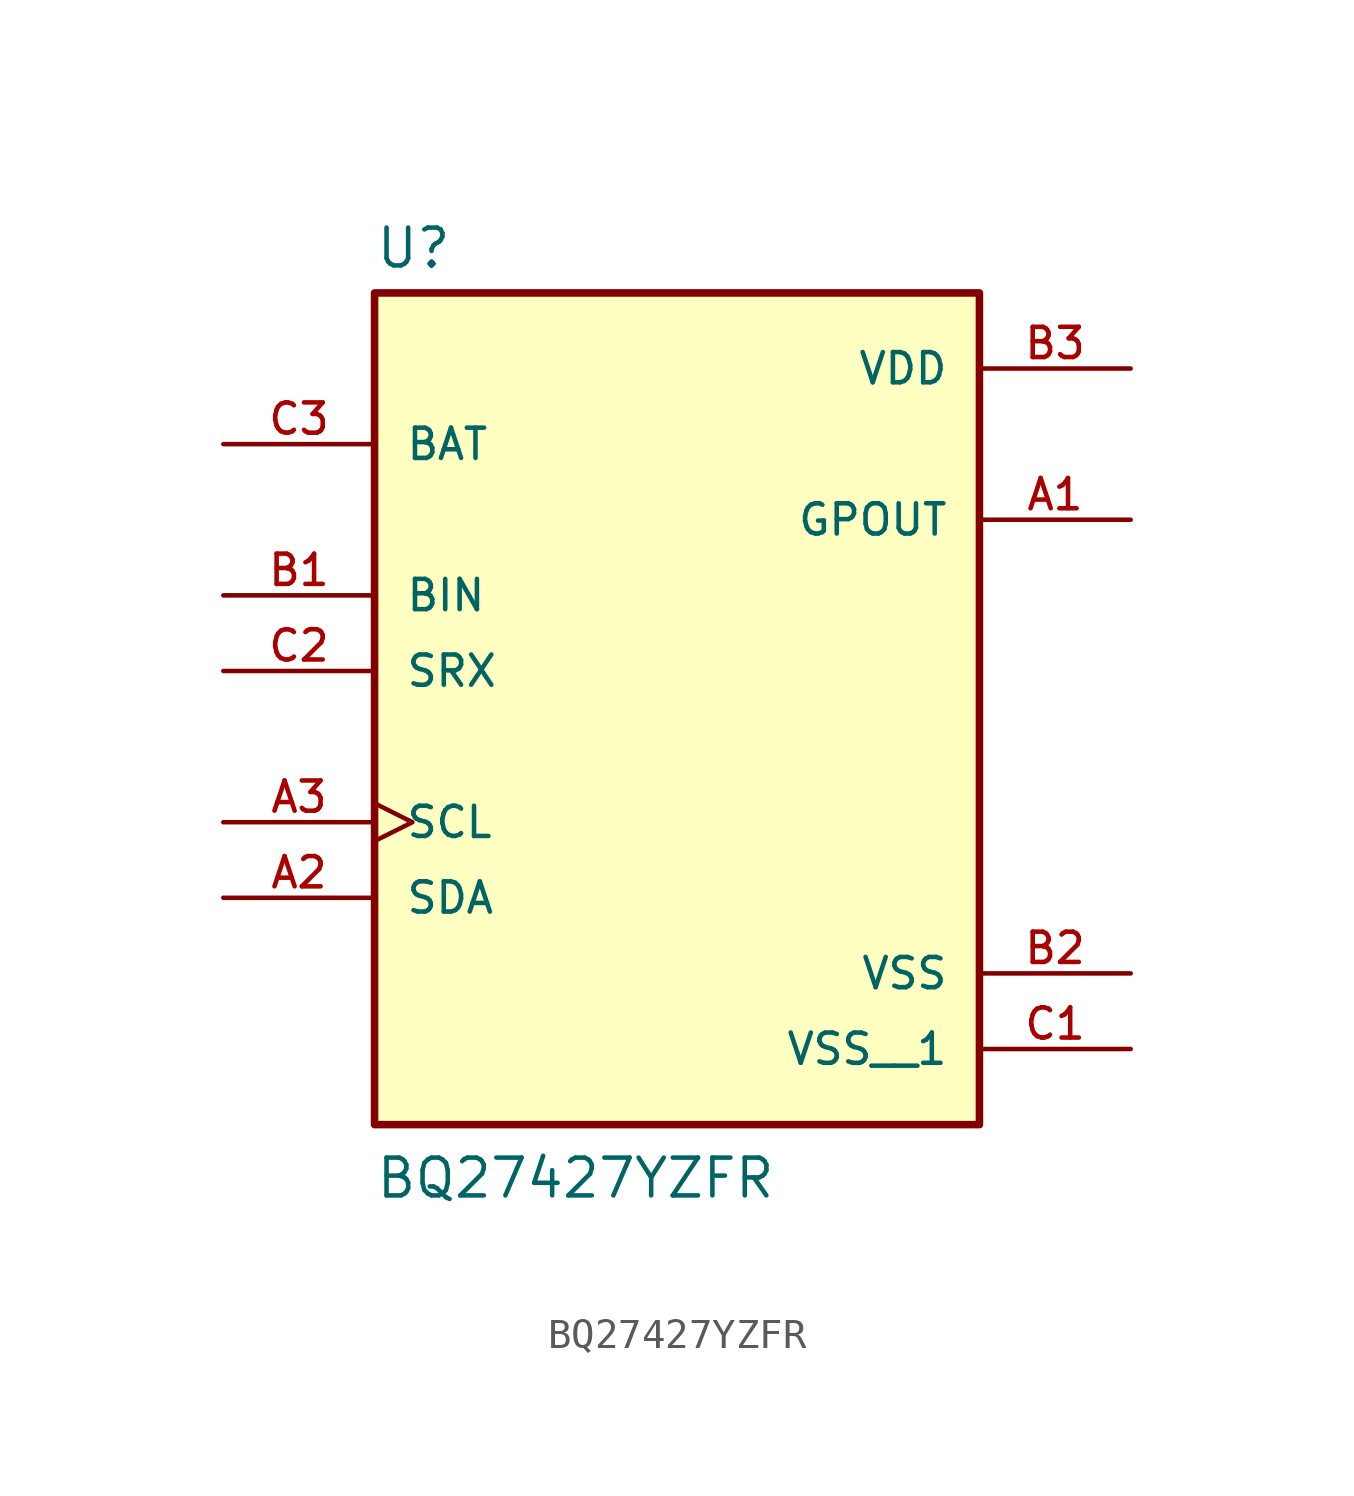
<source format=kicad_sym>
(kicad_symbol_lib
  (version 20211014)
  (generator kicad_symbol_editor)
  (symbol "BQ27427YZFR"
    (pin_names
      (offset 1.016))
    (property "Reference" "U"
      (at -10.16 13.462 0)
      (effects (font (size 1.27 1.27)) (justify bottom left)))
    (property "Value" "BQ27427YZFR"
      (at -10.16 -17.78 0)
      (effects (font (size 1.27 1.27)) (justify bottom left)))
    (symbol "BQ27427YZFR_0_0"
      (rectangle (start -10.16 -15.24) (end 10.16 12.7) (stroke (width 0.254)) (fill (type background)))
      (pin input line (at -15.24 7.62 0) (length 5.08) (name "BAT" (effects (font (size 1.016 1.016)))) (number "C3" (effects (font (size 1.016 1.016)))))
      (pin input line (at -15.24 2.54 0) (length 5.08) (name "BIN" (effects (font (size 1.016 1.016)))) (number "B1" (effects (font (size 1.016 1.016)))))
      (pin output line (at 15.24 5.08 180.0) (length 5.08) (name "GPOUT" (effects (font (size 1.016 1.016)))) (number "A1" (effects (font (size 1.016 1.016)))))
      (pin bidirectional clock (at -15.24 -5.08 0) (length 5.08) (name "SCL" (effects (font (size 1.016 1.016)))) (number "A3" (effects (font (size 1.016 1.016)))))
      (pin bidirectional line (at -15.24 -7.62 0) (length 5.08) (name "SDA" (effects (font (size 1.016 1.016)))) (number "A2" (effects (font (size 1.016 1.016)))))
      (pin input line (at -15.24 0.0 0) (length 5.08) (name "SRX" (effects (font (size 1.016 1.016)))) (number "C2" (effects (font (size 1.016 1.016)))))
      (pin output line (at 15.24 10.16 180.0) (length 5.08) (name "VDD" (effects (font (size 1.016 1.016)))) (number "B3" (effects (font (size 1.016 1.016)))))
      (pin power_in line (at 15.24 -10.16 180.0) (length 5.08) (name "VSS" (effects (font (size 1.016 1.016)))) (number "B2" (effects (font (size 1.016 1.016)))))
      (pin power_in line (at 15.24 -12.7 180.0) (length 5.08) (name "VSS__1" (effects (font (size 1.016 1.016)))) (number "C1" (effects (font (size 1.016 1.016))))))))
</source>
